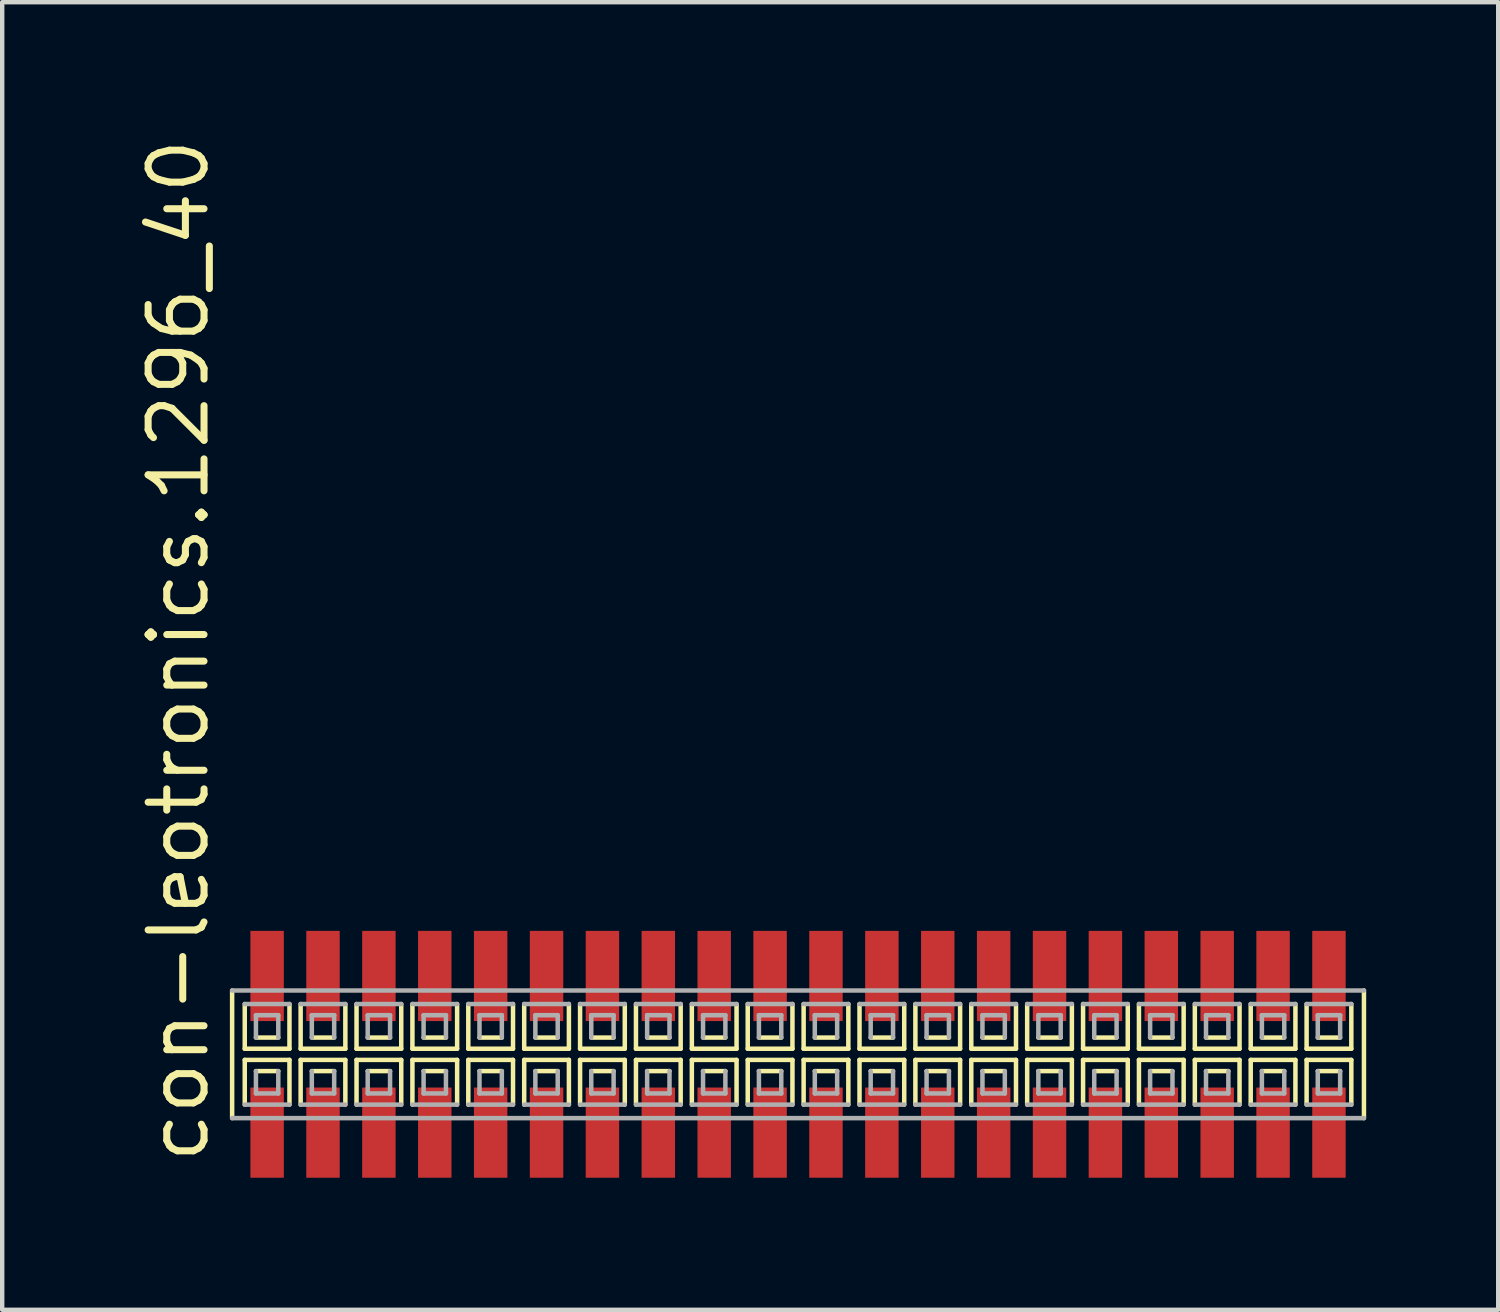
<source format=kicad_pcb>
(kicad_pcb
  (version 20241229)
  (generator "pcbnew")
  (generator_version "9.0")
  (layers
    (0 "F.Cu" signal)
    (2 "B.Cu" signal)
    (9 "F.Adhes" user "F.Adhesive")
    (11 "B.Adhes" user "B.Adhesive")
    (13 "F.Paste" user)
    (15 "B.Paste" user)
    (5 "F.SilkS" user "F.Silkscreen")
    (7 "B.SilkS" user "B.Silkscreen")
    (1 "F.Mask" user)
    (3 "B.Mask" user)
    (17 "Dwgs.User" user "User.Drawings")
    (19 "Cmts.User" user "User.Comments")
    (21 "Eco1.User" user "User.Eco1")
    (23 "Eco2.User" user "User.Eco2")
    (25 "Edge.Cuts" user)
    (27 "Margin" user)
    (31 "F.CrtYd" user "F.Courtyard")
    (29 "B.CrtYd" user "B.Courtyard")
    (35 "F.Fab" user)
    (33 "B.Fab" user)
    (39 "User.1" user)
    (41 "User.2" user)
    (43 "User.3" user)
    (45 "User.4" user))
  (footprint "con-leotronics.1296_40"
    (layer "F.Cu")
    (at 15.085 20.909)
    (property "Reference" "con-leotronics.1296_40" (at -13.335 2.54 90) (layer "F.SilkS") (effects (font (size 1.27 1.27) (thickness 0.16)) (justify left bottom)))
    (attr smd)
    (fp_line (start -12.86 -1.45) (end -12.86 1.45) (stroke (width 0.102) (type default)) (layer "F.SilkS"))
    (fp_line (start -12.573 -1.143) (end -12.573 -0.127) (stroke (width 0.102) (type default)) (layer "F.SilkS"))
    (fp_line (start -12.573 -0.127) (end -11.557 -0.127) (stroke (width 0.102) (type default)) (layer "F.SilkS"))
    (fp_line (start -12.573 0.127) (end -12.573 1.143) (stroke (width 0.102) (type default)) (layer "F.SilkS"))
    (fp_line (start -12.319 -0.381) (end -11.811 -0.381) (stroke (width 0.102) (type default)) (layer "F.SilkS"))
    (fp_line (start -11.811 0.381) (end -12.319 0.381) (stroke (width 0.102) (type default)) (layer "F.SilkS"))
    (fp_line (start -11.557 -0.127) (end -11.557 -1.143) (stroke (width 0.102) (type default)) (layer "F.SilkS"))
    (fp_line (start -11.557 0.127) (end -12.573 0.127) (stroke (width 0.102) (type default)) (layer "F.SilkS"))
    (fp_line (start -11.557 1.143) (end -11.557 0.127) (stroke (width 0.102) (type default)) (layer "F.SilkS"))
    (fp_line (start -11.303 -1.143) (end -11.303 -0.127) (stroke (width 0.102) (type default)) (layer "F.SilkS"))
    (fp_line (start -11.303 -0.127) (end -10.287 -0.127) (stroke (width 0.102) (type default)) (layer "F.SilkS"))
    (fp_line (start -11.303 0.127) (end -11.303 1.143) (stroke (width 0.102) (type default)) (layer "F.SilkS"))
    (fp_line (start -11.049 -0.381) (end -10.541 -0.381) (stroke (width 0.102) (type default)) (layer "F.SilkS"))
    (fp_line (start -10.541 0.381) (end -11.049 0.381) (stroke (width 0.102) (type default)) (layer "F.SilkS"))
    (fp_line (start -10.287 -0.127) (end -10.287 -1.143) (stroke (width 0.102) (type default)) (layer "F.SilkS"))
    (fp_line (start -10.287 0.127) (end -11.303 0.127) (stroke (width 0.102) (type default)) (layer "F.SilkS"))
    (fp_line (start -10.287 1.143) (end -10.287 0.127) (stroke (width 0.102) (type default)) (layer "F.SilkS"))
    (fp_line (start -10.033 -1.143) (end -10.033 -0.127) (stroke (width 0.102) (type default)) (layer "F.SilkS"))
    (fp_line (start -10.033 -0.127) (end -9.017 -0.127) (stroke (width 0.102) (type default)) (layer "F.SilkS"))
    (fp_line (start -10.033 0.127) (end -10.033 1.143) (stroke (width 0.102) (type default)) (layer "F.SilkS"))
    (fp_line (start -9.779 -0.381) (end -9.271 -0.381) (stroke (width 0.102) (type default)) (layer "F.SilkS"))
    (fp_line (start -9.271 0.381) (end -9.779 0.381) (stroke (width 0.102) (type default)) (layer "F.SilkS"))
    (fp_line (start -9.017 -0.127) (end -9.017 -1.143) (stroke (width 0.102) (type default)) (layer "F.SilkS"))
    (fp_line (start -9.017 0.127) (end -10.033 0.127) (stroke (width 0.102) (type default)) (layer "F.SilkS"))
    (fp_line (start -9.017 1.143) (end -9.017 0.127) (stroke (width 0.102) (type default)) (layer "F.SilkS"))
    (fp_line (start -8.763 -1.143) (end -8.763 -0.127) (stroke (width 0.102) (type default)) (layer "F.SilkS"))
    (fp_line (start -8.763 -0.127) (end -7.747 -0.127) (stroke (width 0.102) (type default)) (layer "F.SilkS"))
    (fp_line (start -8.763 0.127) (end -8.763 1.143) (stroke (width 0.102) (type default)) (layer "F.SilkS"))
    (fp_line (start -8.509 -0.381) (end -8.001 -0.381) (stroke (width 0.102) (type default)) (layer "F.SilkS"))
    (fp_line (start -8.001 0.381) (end -8.509 0.381) (stroke (width 0.102) (type default)) (layer "F.SilkS"))
    (fp_line (start -7.747 -0.127) (end -7.747 -1.143) (stroke (width 0.102) (type default)) (layer "F.SilkS"))
    (fp_line (start -7.747 0.127) (end -8.763 0.127) (stroke (width 0.102) (type default)) (layer "F.SilkS"))
    (fp_line (start -7.747 1.143) (end -7.747 0.127) (stroke (width 0.102) (type default)) (layer "F.SilkS"))
    (fp_line (start -7.493 -1.143) (end -7.493 -0.127) (stroke (width 0.102) (type default)) (layer "F.SilkS"))
    (fp_line (start -7.493 -0.127) (end -6.477 -0.127) (stroke (width 0.102) (type default)) (layer "F.SilkS"))
    (fp_line (start -7.493 0.127) (end -7.493 1.143) (stroke (width 0.102) (type default)) (layer "F.SilkS"))
    (fp_line (start -7.239 -0.381) (end -6.731 -0.381) (stroke (width 0.102) (type default)) (layer "F.SilkS"))
    (fp_line (start -6.731 0.381) (end -7.239 0.381) (stroke (width 0.102) (type default)) (layer "F.SilkS"))
    (fp_line (start -6.477 -0.127) (end -6.477 -1.143) (stroke (width 0.102) (type default)) (layer "F.SilkS"))
    (fp_line (start -6.477 0.127) (end -7.493 0.127) (stroke (width 0.102) (type default)) (layer "F.SilkS"))
    (fp_line (start -6.477 1.143) (end -6.477 0.127) (stroke (width 0.102) (type default)) (layer "F.SilkS"))
    (fp_line (start -6.223 -1.143) (end -6.223 -0.127) (stroke (width 0.102) (type default)) (layer "F.SilkS"))
    (fp_line (start -6.223 -0.127) (end -5.207 -0.127) (stroke (width 0.102) (type default)) (layer "F.SilkS"))
    (fp_line (start -6.223 0.127) (end -6.223 1.143) (stroke (width 0.102) (type default)) (layer "F.SilkS"))
    (fp_line (start -5.969 -0.381) (end -5.461 -0.381) (stroke (width 0.102) (type default)) (layer "F.SilkS"))
    (fp_line (start -5.461 0.381) (end -5.969 0.381) (stroke (width 0.102) (type default)) (layer "F.SilkS"))
    (fp_line (start -5.207 -0.127) (end -5.207 -1.143) (stroke (width 0.102) (type default)) (layer "F.SilkS"))
    (fp_line (start -5.207 0.127) (end -6.223 0.127) (stroke (width 0.102) (type default)) (layer "F.SilkS"))
    (fp_line (start -5.207 1.143) (end -5.207 0.127) (stroke (width 0.102) (type default)) (layer "F.SilkS"))
    (fp_line (start -4.953 -1.143) (end -4.953 -0.127) (stroke (width 0.102) (type default)) (layer "F.SilkS"))
    (fp_line (start -4.953 -0.127) (end -3.937 -0.127) (stroke (width 0.102) (type default)) (layer "F.SilkS"))
    (fp_line (start -4.953 0.127) (end -4.953 1.143) (stroke (width 0.102) (type default)) (layer "F.SilkS"))
    (fp_line (start -4.699 -0.381) (end -4.191 -0.381) (stroke (width 0.102) (type default)) (layer "F.SilkS"))
    (fp_line (start -4.191 0.381) (end -4.699 0.381) (stroke (width 0.102) (type default)) (layer "F.SilkS"))
    (fp_line (start -3.937 -0.127) (end -3.937 -1.143) (stroke (width 0.102) (type default)) (layer "F.SilkS"))
    (fp_line (start -3.937 0.127) (end -4.953 0.127) (stroke (width 0.102) (type default)) (layer "F.SilkS"))
    (fp_line (start -3.937 1.143) (end -3.937 0.127) (stroke (width 0.102) (type default)) (layer "F.SilkS"))
    (fp_line (start -3.683 -1.143) (end -3.683 -0.127) (stroke (width 0.102) (type default)) (layer "F.SilkS"))
    (fp_line (start -3.683 -0.127) (end -2.667 -0.127) (stroke (width 0.102) (type default)) (layer "F.SilkS"))
    (fp_line (start -3.683 0.127) (end -3.683 1.143) (stroke (width 0.102) (type default)) (layer "F.SilkS"))
    (fp_line (start -3.429 -0.381) (end -2.921 -0.381) (stroke (width 0.102) (type default)) (layer "F.SilkS"))
    (fp_line (start -2.921 0.381) (end -3.429 0.381) (stroke (width 0.102) (type default)) (layer "F.SilkS"))
    (fp_line (start -2.667 -0.127) (end -2.667 -1.143) (stroke (width 0.102) (type default)) (layer "F.SilkS"))
    (fp_line (start -2.667 0.127) (end -3.683 0.127) (stroke (width 0.102) (type default)) (layer "F.SilkS"))
    (fp_line (start -2.667 1.143) (end -2.667 0.127) (stroke (width 0.102) (type default)) (layer "F.SilkS"))
    (fp_line (start -2.413 -1.143) (end -2.413 -0.127) (stroke (width 0.102) (type default)) (layer "F.SilkS"))
    (fp_line (start -2.413 -0.127) (end -1.397 -0.127) (stroke (width 0.102) (type default)) (layer "F.SilkS"))
    (fp_line (start -2.413 0.127) (end -2.413 1.143) (stroke (width 0.102) (type default)) (layer "F.SilkS"))
    (fp_line (start -2.159 -0.381) (end -1.651 -0.381) (stroke (width 0.102) (type default)) (layer "F.SilkS"))
    (fp_line (start -1.651 0.381) (end -2.159 0.381) (stroke (width 0.102) (type default)) (layer "F.SilkS"))
    (fp_line (start -1.397 -0.127) (end -1.397 -1.143) (stroke (width 0.102) (type default)) (layer "F.SilkS"))
    (fp_line (start -1.397 0.127) (end -2.413 0.127) (stroke (width 0.102) (type default)) (layer "F.SilkS"))
    (fp_line (start -1.397 1.143) (end -1.397 0.127) (stroke (width 0.102) (type default)) (layer "F.SilkS"))
    (fp_line (start -1.143 -1.143) (end -1.143 -0.127) (stroke (width 0.102) (type default)) (layer "F.SilkS"))
    (fp_line (start -1.143 -0.127) (end -0.127 -0.127) (stroke (width 0.102) (type default)) (layer "F.SilkS"))
    (fp_line (start -1.143 0.127) (end -1.143 1.143) (stroke (width 0.102) (type default)) (layer "F.SilkS"))
    (fp_line (start -0.889 -0.381) (end -0.381 -0.381) (stroke (width 0.102) (type default)) (layer "F.SilkS"))
    (fp_line (start -0.381 0.381) (end -0.889 0.381) (stroke (width 0.102) (type default)) (layer "F.SilkS"))
    (fp_line (start -0.127 -0.127) (end -0.127 -1.143) (stroke (width 0.102) (type default)) (layer "F.SilkS"))
    (fp_line (start -0.127 0.127) (end -1.143 0.127) (stroke (width 0.102) (type default)) (layer "F.SilkS"))
    (fp_line (start -0.127 1.143) (end -0.127 0.127) (stroke (width 0.102) (type default)) (layer "F.SilkS"))
    (fp_line (start 0.127 -1.143) (end 0.127 -0.127) (stroke (width 0.102) (type default)) (layer "F.SilkS"))
    (fp_line (start 0.127 -0.127) (end 1.143 -0.127) (stroke (width 0.102) (type default)) (layer "F.SilkS"))
    (fp_line (start 0.127 0.127) (end 0.127 1.143) (stroke (width 0.102) (type default)) (layer "F.SilkS"))
    (fp_line (start 0.381 -0.381) (end 0.889 -0.381) (stroke (width 0.102) (type default)) (layer "F.SilkS"))
    (fp_line (start 0.889 0.381) (end 0.381 0.381) (stroke (width 0.102) (type default)) (layer "F.SilkS"))
    (fp_line (start 1.143 -0.127) (end 1.143 -1.143) (stroke (width 0.102) (type default)) (layer "F.SilkS"))
    (fp_line (start 1.143 0.127) (end 0.127 0.127) (stroke (width 0.102) (type default)) (layer "F.SilkS"))
    (fp_line (start 1.143 1.143) (end 1.143 0.127) (stroke (width 0.102) (type default)) (layer "F.SilkS"))
    (fp_line (start 1.397 -1.143) (end 1.397 -0.127) (stroke (width 0.102) (type default)) (layer "F.SilkS"))
    (fp_line (start 1.397 -0.127) (end 2.413 -0.127) (stroke (width 0.102) (type default)) (layer "F.SilkS"))
    (fp_line (start 1.397 0.127) (end 1.397 1.143) (stroke (width 0.102) (type default)) (layer "F.SilkS"))
    (fp_line (start 1.651 -0.381) (end 2.159 -0.381) (stroke (width 0.102) (type default)) (layer "F.SilkS"))
    (fp_line (start 2.159 0.381) (end 1.651 0.381) (stroke (width 0.102) (type default)) (layer "F.SilkS"))
    (fp_line (start 2.413 -0.127) (end 2.413 -1.143) (stroke (width 0.102) (type default)) (layer "F.SilkS"))
    (fp_line (start 2.413 0.127) (end 1.397 0.127) (stroke (width 0.102) (type default)) (layer "F.SilkS"))
    (fp_line (start 2.413 1.143) (end 2.413 0.127) (stroke (width 0.102) (type default)) (layer "F.SilkS"))
    (fp_line (start 2.667 -1.143) (end 2.667 -0.127) (stroke (width 0.102) (type default)) (layer "F.SilkS"))
    (fp_line (start 2.667 -0.127) (end 3.683 -0.127) (stroke (width 0.102) (type default)) (layer "F.SilkS"))
    (fp_line (start 2.667 0.127) (end 2.667 1.143) (stroke (width 0.102) (type default)) (layer "F.SilkS"))
    (fp_line (start 2.921 -0.381) (end 3.429 -0.381) (stroke (width 0.102) (type default)) (layer "F.SilkS"))
    (fp_line (start 3.429 0.381) (end 2.921 0.381) (stroke (width 0.102) (type default)) (layer "F.SilkS"))
    (fp_line (start 3.683 -0.127) (end 3.683 -1.143) (stroke (width 0.102) (type default)) (layer "F.SilkS"))
    (fp_line (start 3.683 0.127) (end 2.667 0.127) (stroke (width 0.102) (type default)) (layer "F.SilkS"))
    (fp_line (start 3.683 1.143) (end 3.683 0.127) (stroke (width 0.102) (type default)) (layer "F.SilkS"))
    (fp_line (start 3.937 -1.143) (end 3.937 -0.127) (stroke (width 0.102) (type default)) (layer "F.SilkS"))
    (fp_line (start 3.937 -0.127) (end 4.953 -0.127) (stroke (width 0.102) (type default)) (layer "F.SilkS"))
    (fp_line (start 3.937 0.127) (end 3.937 1.143) (stroke (width 0.102) (type default)) (layer "F.SilkS"))
    (fp_line (start 4.191 -0.381) (end 4.699 -0.381) (stroke (width 0.102) (type default)) (layer "F.SilkS"))
    (fp_line (start 4.699 0.381) (end 4.191 0.381) (stroke (width 0.102) (type default)) (layer "F.SilkS"))
    (fp_line (start 4.953 -0.127) (end 4.953 -1.143) (stroke (width 0.102) (type default)) (layer "F.SilkS"))
    (fp_line (start 4.953 0.127) (end 3.937 0.127) (stroke (width 0.102) (type default)) (layer "F.SilkS"))
    (fp_line (start 4.953 1.143) (end 4.953 0.127) (stroke (width 0.102) (type default)) (layer "F.SilkS"))
    (fp_line (start 5.207 -1.143) (end 5.207 -0.127) (stroke (width 0.102) (type default)) (layer "F.SilkS"))
    (fp_line (start 5.207 -0.127) (end 6.223 -0.127) (stroke (width 0.102) (type default)) (layer "F.SilkS"))
    (fp_line (start 5.207 0.127) (end 5.207 1.143) (stroke (width 0.102) (type default)) (layer "F.SilkS"))
    (fp_line (start 5.461 -0.381) (end 5.969 -0.381) (stroke (width 0.102) (type default)) (layer "F.SilkS"))
    (fp_line (start 5.969 0.381) (end 5.461 0.381) (stroke (width 0.102) (type default)) (layer "F.SilkS"))
    (fp_line (start 6.223 -0.127) (end 6.223 -1.143) (stroke (width 0.102) (type default)) (layer "F.SilkS"))
    (fp_line (start 6.223 0.127) (end 5.207 0.127) (stroke (width 0.102) (type default)) (layer "F.SilkS"))
    (fp_line (start 6.223 1.143) (end 6.223 0.127) (stroke (width 0.102) (type default)) (layer "F.SilkS"))
    (fp_line (start 6.477 -1.143) (end 6.477 -0.127) (stroke (width 0.102) (type default)) (layer "F.SilkS"))
    (fp_line (start 6.477 -0.127) (end 7.493 -0.127) (stroke (width 0.102) (type default)) (layer "F.SilkS"))
    (fp_line (start 6.477 0.127) (end 6.477 1.143) (stroke (width 0.102) (type default)) (layer "F.SilkS"))
    (fp_line (start 6.731 -0.381) (end 7.239 -0.381) (stroke (width 0.102) (type default)) (layer "F.SilkS"))
    (fp_line (start 7.239 0.381) (end 6.731 0.381) (stroke (width 0.102) (type default)) (layer "F.SilkS"))
    (fp_line (start 7.493 -0.127) (end 7.493 -1.143) (stroke (width 0.102) (type default)) (layer "F.SilkS"))
    (fp_line (start 7.493 0.127) (end 6.477 0.127) (stroke (width 0.102) (type default)) (layer "F.SilkS"))
    (fp_line (start 7.493 1.143) (end 7.493 0.127) (stroke (width 0.102) (type default)) (layer "F.SilkS"))
    (fp_line (start 7.747 -1.143) (end 7.747 -0.127) (stroke (width 0.102) (type default)) (layer "F.SilkS"))
    (fp_line (start 7.747 -0.127) (end 8.763 -0.127) (stroke (width 0.102) (type default)) (layer "F.SilkS"))
    (fp_line (start 7.747 0.127) (end 7.747 1.143) (stroke (width 0.102) (type default)) (layer "F.SilkS"))
    (fp_line (start 8.001 -0.381) (end 8.509 -0.381) (stroke (width 0.102) (type default)) (layer "F.SilkS"))
    (fp_line (start 8.509 0.381) (end 8.001 0.381) (stroke (width 0.102) (type default)) (layer "F.SilkS"))
    (fp_line (start 8.763 -0.127) (end 8.763 -1.143) (stroke (width 0.102) (type default)) (layer "F.SilkS"))
    (fp_line (start 8.763 0.127) (end 7.747 0.127) (stroke (width 0.102) (type default)) (layer "F.SilkS"))
    (fp_line (start 8.763 1.143) (end 8.763 0.127) (stroke (width 0.102) (type default)) (layer "F.SilkS"))
    (fp_line (start 9.017 -1.143) (end 9.017 -0.127) (stroke (width 0.102) (type default)) (layer "F.SilkS"))
    (fp_line (start 9.017 -0.127) (end 10.033 -0.127) (stroke (width 0.102) (type default)) (layer "F.SilkS"))
    (fp_line (start 9.017 0.127) (end 9.017 1.143) (stroke (width 0.102) (type default)) (layer "F.SilkS"))
    (fp_line (start 9.271 -0.381) (end 9.779 -0.381) (stroke (width 0.102) (type default)) (layer "F.SilkS"))
    (fp_line (start 9.779 0.381) (end 9.271 0.381) (stroke (width 0.102) (type default)) (layer "F.SilkS"))
    (fp_line (start 10.033 -0.127) (end 10.033 -1.143) (stroke (width 0.102) (type default)) (layer "F.SilkS"))
    (fp_line (start 10.033 0.127) (end 9.017 0.127) (stroke (width 0.102) (type default)) (layer "F.SilkS"))
    (fp_line (start 10.033 1.143) (end 10.033 0.127) (stroke (width 0.102) (type default)) (layer "F.SilkS"))
    (fp_line (start 10.287 -1.143) (end 10.287 -0.127) (stroke (width 0.102) (type default)) (layer "F.SilkS"))
    (fp_line (start 10.287 -0.127) (end 11.303 -0.127) (stroke (width 0.102) (type default)) (layer "F.SilkS"))
    (fp_line (start 10.287 0.127) (end 10.287 1.143) (stroke (width 0.102) (type default)) (layer "F.SilkS"))
    (fp_line (start 10.541 -0.381) (end 11.049 -0.381) (stroke (width 0.102) (type default)) (layer "F.SilkS"))
    (fp_line (start 11.049 0.381) (end 10.541 0.381) (stroke (width 0.102) (type default)) (layer "F.SilkS"))
    (fp_line (start 11.303 -0.127) (end 11.303 -1.143) (stroke (width 0.102) (type default)) (layer "F.SilkS"))
    (fp_line (start 11.303 0.127) (end 10.287 0.127) (stroke (width 0.102) (type default)) (layer "F.SilkS"))
    (fp_line (start 11.303 1.143) (end 11.303 0.127) (stroke (width 0.102) (type default)) (layer "F.SilkS"))
    (fp_line (start 11.557 -1.143) (end 11.557 -0.127) (stroke (width 0.102) (type default)) (layer "F.SilkS"))
    (fp_line (start 11.557 -0.127) (end 12.573 -0.127) (stroke (width 0.102) (type default)) (layer "F.SilkS"))
    (fp_line (start 11.557 0.127) (end 11.557 1.143) (stroke (width 0.102) (type default)) (layer "F.SilkS"))
    (fp_line (start 11.811 -0.381) (end 12.319 -0.381) (stroke (width 0.102) (type default)) (layer "F.SilkS"))
    (fp_line (start 12.319 0.381) (end 11.811 0.381) (stroke (width 0.102) (type default)) (layer "F.SilkS"))
    (fp_line (start 12.573 -0.127) (end 12.573 -1.143) (stroke (width 0.102) (type default)) (layer "F.SilkS"))
    (fp_line (start 12.573 0.127) (end 11.557 0.127) (stroke (width 0.102) (type default)) (layer "F.SilkS"))
    (fp_line (start 12.573 1.143) (end 12.573 0.127) (stroke (width 0.102) (type default)) (layer "F.SilkS"))
    (fp_line (start 12.86 1.45) (end 12.86 -1.45) (stroke (width 0.102) (type default)) (layer "F.SilkS"))
    (fp_line (start -12.86 1.45) (end 12.86 1.45) (stroke (width 0.102) (type default)) (layer "F.Fab"))
    (fp_line (start -12.573 1.143) (end -11.557 1.143) (stroke (width 0.102) (type default)) (layer "F.Fab"))
    (fp_line (start -12.319 -0.889) (end -12.319 -0.381) (stroke (width 0.102) (type default)) (layer "F.Fab"))
    (fp_line (start -12.319 0.381) (end -12.319 0.889) (stroke (width 0.102) (type default)) (layer "F.Fab"))
    (fp_line (start -12.319 0.889) (end -11.811 0.889) (stroke (width 0.102) (type default)) (layer "F.Fab"))
    (fp_line (start -11.811 -0.889) (end -12.319 -0.889) (stroke (width 0.102) (type default)) (layer "F.Fab"))
    (fp_line (start -11.811 -0.381) (end -11.811 -0.889) (stroke (width 0.102) (type default)) (layer "F.Fab"))
    (fp_line (start -11.811 0.889) (end -11.811 0.381) (stroke (width 0.102) (type default)) (layer "F.Fab"))
    (fp_line (start -11.557 -1.143) (end -12.573 -1.143) (stroke (width 0.102) (type default)) (layer "F.Fab"))
    (fp_line (start -11.303 1.143) (end -10.287 1.143) (stroke (width 0.102) (type default)) (layer "F.Fab"))
    (fp_line (start -11.049 -0.889) (end -11.049 -0.381) (stroke (width 0.102) (type default)) (layer "F.Fab"))
    (fp_line (start -11.049 0.381) (end -11.049 0.889) (stroke (width 0.102) (type default)) (layer "F.Fab"))
    (fp_line (start -11.049 0.889) (end -10.541 0.889) (stroke (width 0.102) (type default)) (layer "F.Fab"))
    (fp_line (start -10.541 -0.889) (end -11.049 -0.889) (stroke (width 0.102) (type default)) (layer "F.Fab"))
    (fp_line (start -10.541 -0.381) (end -10.541 -0.889) (stroke (width 0.102) (type default)) (layer "F.Fab"))
    (fp_line (start -10.541 0.889) (end -10.541 0.381) (stroke (width 0.102) (type default)) (layer "F.Fab"))
    (fp_line (start -10.287 -1.143) (end -11.303 -1.143) (stroke (width 0.102) (type default)) (layer "F.Fab"))
    (fp_line (start -10.033 1.143) (end -9.017 1.143) (stroke (width 0.102) (type default)) (layer "F.Fab"))
    (fp_line (start -9.779 -0.889) (end -9.779 -0.381) (stroke (width 0.102) (type default)) (layer "F.Fab"))
    (fp_line (start -9.779 0.381) (end -9.779 0.889) (stroke (width 0.102) (type default)) (layer "F.Fab"))
    (fp_line (start -9.779 0.889) (end -9.271 0.889) (stroke (width 0.102) (type default)) (layer "F.Fab"))
    (fp_line (start -9.271 -0.889) (end -9.779 -0.889) (stroke (width 0.102) (type default)) (layer "F.Fab"))
    (fp_line (start -9.271 -0.381) (end -9.271 -0.889) (stroke (width 0.102) (type default)) (layer "F.Fab"))
    (fp_line (start -9.271 0.889) (end -9.271 0.381) (stroke (width 0.102) (type default)) (layer "F.Fab"))
    (fp_line (start -9.017 -1.143) (end -10.033 -1.143) (stroke (width 0.102) (type default)) (layer "F.Fab"))
    (fp_line (start -8.763 1.143) (end -7.747 1.143) (stroke (width 0.102) (type default)) (layer "F.Fab"))
    (fp_line (start -8.509 -0.889) (end -8.509 -0.381) (stroke (width 0.102) (type default)) (layer "F.Fab"))
    (fp_line (start -8.509 0.381) (end -8.509 0.889) (stroke (width 0.102) (type default)) (layer "F.Fab"))
    (fp_line (start -8.509 0.889) (end -8.001 0.889) (stroke (width 0.102) (type default)) (layer "F.Fab"))
    (fp_line (start -8.001 -0.889) (end -8.509 -0.889) (stroke (width 0.102) (type default)) (layer "F.Fab"))
    (fp_line (start -8.001 -0.381) (end -8.001 -0.889) (stroke (width 0.102) (type default)) (layer "F.Fab"))
    (fp_line (start -8.001 0.889) (end -8.001 0.381) (stroke (width 0.102) (type default)) (layer "F.Fab"))
    (fp_line (start -7.747 -1.143) (end -8.763 -1.143) (stroke (width 0.102) (type default)) (layer "F.Fab"))
    (fp_line (start -7.493 1.143) (end -6.477 1.143) (stroke (width 0.102) (type default)) (layer "F.Fab"))
    (fp_line (start -7.239 -0.889) (end -7.239 -0.381) (stroke (width 0.102) (type default)) (layer "F.Fab"))
    (fp_line (start -7.239 0.381) (end -7.239 0.889) (stroke (width 0.102) (type default)) (layer "F.Fab"))
    (fp_line (start -7.239 0.889) (end -6.731 0.889) (stroke (width 0.102) (type default)) (layer "F.Fab"))
    (fp_line (start -6.731 -0.889) (end -7.239 -0.889) (stroke (width 0.102) (type default)) (layer "F.Fab"))
    (fp_line (start -6.731 -0.381) (end -6.731 -0.889) (stroke (width 0.102) (type default)) (layer "F.Fab"))
    (fp_line (start -6.731 0.889) (end -6.731 0.381) (stroke (width 0.102) (type default)) (layer "F.Fab"))
    (fp_line (start -6.477 -1.143) (end -7.493 -1.143) (stroke (width 0.102) (type default)) (layer "F.Fab"))
    (fp_line (start -6.223 1.143) (end -5.207 1.143) (stroke (width 0.102) (type default)) (layer "F.Fab"))
    (fp_line (start -5.969 -0.889) (end -5.969 -0.381) (stroke (width 0.102) (type default)) (layer "F.Fab"))
    (fp_line (start -5.969 0.381) (end -5.969 0.889) (stroke (width 0.102) (type default)) (layer "F.Fab"))
    (fp_line (start -5.969 0.889) (end -5.461 0.889) (stroke (width 0.102) (type default)) (layer "F.Fab"))
    (fp_line (start -5.461 -0.889) (end -5.969 -0.889) (stroke (width 0.102) (type default)) (layer "F.Fab"))
    (fp_line (start -5.461 -0.381) (end -5.461 -0.889) (stroke (width 0.102) (type default)) (layer "F.Fab"))
    (fp_line (start -5.461 0.889) (end -5.461 0.381) (stroke (width 0.102) (type default)) (layer "F.Fab"))
    (fp_line (start -5.207 -1.143) (end -6.223 -1.143) (stroke (width 0.102) (type default)) (layer "F.Fab"))
    (fp_line (start -4.953 1.143) (end -3.937 1.143) (stroke (width 0.102) (type default)) (layer "F.Fab"))
    (fp_line (start -4.699 -0.889) (end -4.699 -0.381) (stroke (width 0.102) (type default)) (layer "F.Fab"))
    (fp_line (start -4.699 0.381) (end -4.699 0.889) (stroke (width 0.102) (type default)) (layer "F.Fab"))
    (fp_line (start -4.699 0.889) (end -4.191 0.889) (stroke (width 0.102) (type default)) (layer "F.Fab"))
    (fp_line (start -4.191 -0.889) (end -4.699 -0.889) (stroke (width 0.102) (type default)) (layer "F.Fab"))
    (fp_line (start -4.191 -0.381) (end -4.191 -0.889) (stroke (width 0.102) (type default)) (layer "F.Fab"))
    (fp_line (start -4.191 0.889) (end -4.191 0.381) (stroke (width 0.102) (type default)) (layer "F.Fab"))
    (fp_line (start -3.937 -1.143) (end -4.953 -1.143) (stroke (width 0.102) (type default)) (layer "F.Fab"))
    (fp_line (start -3.683 1.143) (end -2.667 1.143) (stroke (width 0.102) (type default)) (layer "F.Fab"))
    (fp_line (start -3.429 -0.889) (end -3.429 -0.381) (stroke (width 0.102) (type default)) (layer "F.Fab"))
    (fp_line (start -3.429 0.381) (end -3.429 0.889) (stroke (width 0.102) (type default)) (layer "F.Fab"))
    (fp_line (start -3.429 0.889) (end -2.921 0.889) (stroke (width 0.102) (type default)) (layer "F.Fab"))
    (fp_line (start -2.921 -0.889) (end -3.429 -0.889) (stroke (width 0.102) (type default)) (layer "F.Fab"))
    (fp_line (start -2.921 -0.381) (end -2.921 -0.889) (stroke (width 0.102) (type default)) (layer "F.Fab"))
    (fp_line (start -2.921 0.889) (end -2.921 0.381) (stroke (width 0.102) (type default)) (layer "F.Fab"))
    (fp_line (start -2.667 -1.143) (end -3.683 -1.143) (stroke (width 0.102) (type default)) (layer "F.Fab"))
    (fp_line (start -2.413 1.143) (end -1.397 1.143) (stroke (width 0.102) (type default)) (layer "F.Fab"))
    (fp_line (start -2.159 -0.889) (end -2.159 -0.381) (stroke (width 0.102) (type default)) (layer "F.Fab"))
    (fp_line (start -2.159 0.381) (end -2.159 0.889) (stroke (width 0.102) (type default)) (layer "F.Fab"))
    (fp_line (start -2.159 0.889) (end -1.651 0.889) (stroke (width 0.102) (type default)) (layer "F.Fab"))
    (fp_line (start -1.651 -0.889) (end -2.159 -0.889) (stroke (width 0.102) (type default)) (layer "F.Fab"))
    (fp_line (start -1.651 -0.381) (end -1.651 -0.889) (stroke (width 0.102) (type default)) (layer "F.Fab"))
    (fp_line (start -1.651 0.889) (end -1.651 0.381) (stroke (width 0.102) (type default)) (layer "F.Fab"))
    (fp_line (start -1.397 -1.143) (end -2.413 -1.143) (stroke (width 0.102) (type default)) (layer "F.Fab"))
    (fp_line (start -1.143 1.143) (end -0.127 1.143) (stroke (width 0.102) (type default)) (layer "F.Fab"))
    (fp_line (start -0.889 -0.889) (end -0.889 -0.381) (stroke (width 0.102) (type default)) (layer "F.Fab"))
    (fp_line (start -0.889 0.381) (end -0.889 0.889) (stroke (width 0.102) (type default)) (layer "F.Fab"))
    (fp_line (start -0.889 0.889) (end -0.381 0.889) (stroke (width 0.102) (type default)) (layer "F.Fab"))
    (fp_line (start -0.381 -0.889) (end -0.889 -0.889) (stroke (width 0.102) (type default)) (layer "F.Fab"))
    (fp_line (start -0.381 -0.381) (end -0.381 -0.889) (stroke (width 0.102) (type default)) (layer "F.Fab"))
    (fp_line (start -0.381 0.889) (end -0.381 0.381) (stroke (width 0.102) (type default)) (layer "F.Fab"))
    (fp_line (start -0.127 -1.143) (end -1.143 -1.143) (stroke (width 0.102) (type default)) (layer "F.Fab"))
    (fp_line (start 0.127 1.143) (end 1.143 1.143) (stroke (width 0.102) (type default)) (layer "F.Fab"))
    (fp_line (start 0.381 -0.889) (end 0.381 -0.381) (stroke (width 0.102) (type default)) (layer "F.Fab"))
    (fp_line (start 0.381 0.381) (end 0.381 0.889) (stroke (width 0.102) (type default)) (layer "F.Fab"))
    (fp_line (start 0.381 0.889) (end 0.889 0.889) (stroke (width 0.102) (type default)) (layer "F.Fab"))
    (fp_line (start 0.889 -0.889) (end 0.381 -0.889) (stroke (width 0.102) (type default)) (layer "F.Fab"))
    (fp_line (start 0.889 -0.381) (end 0.889 -0.889) (stroke (width 0.102) (type default)) (layer "F.Fab"))
    (fp_line (start 0.889 0.889) (end 0.889 0.381) (stroke (width 0.102) (type default)) (layer "F.Fab"))
    (fp_line (start 1.143 -1.143) (end 0.127 -1.143) (stroke (width 0.102) (type default)) (layer "F.Fab"))
    (fp_line (start 1.397 1.143) (end 2.413 1.143) (stroke (width 0.102) (type default)) (layer "F.Fab"))
    (fp_line (start 1.651 -0.889) (end 1.651 -0.381) (stroke (width 0.102) (type default)) (layer "F.Fab"))
    (fp_line (start 1.651 0.381) (end 1.651 0.889) (stroke (width 0.102) (type default)) (layer "F.Fab"))
    (fp_line (start 1.651 0.889) (end 2.159 0.889) (stroke (width 0.102) (type default)) (layer "F.Fab"))
    (fp_line (start 2.159 -0.889) (end 1.651 -0.889) (stroke (width 0.102) (type default)) (layer "F.Fab"))
    (fp_line (start 2.159 -0.381) (end 2.159 -0.889) (stroke (width 0.102) (type default)) (layer "F.Fab"))
    (fp_line (start 2.159 0.889) (end 2.159 0.381) (stroke (width 0.102) (type default)) (layer "F.Fab"))
    (fp_line (start 2.413 -1.143) (end 1.397 -1.143) (stroke (width 0.102) (type default)) (layer "F.Fab"))
    (fp_line (start 2.667 1.143) (end 3.683 1.143) (stroke (width 0.102) (type default)) (layer "F.Fab"))
    (fp_line (start 2.921 -0.889) (end 2.921 -0.381) (stroke (width 0.102) (type default)) (layer "F.Fab"))
    (fp_line (start 2.921 0.381) (end 2.921 0.889) (stroke (width 0.102) (type default)) (layer "F.Fab"))
    (fp_line (start 2.921 0.889) (end 3.429 0.889) (stroke (width 0.102) (type default)) (layer "F.Fab"))
    (fp_line (start 3.429 -0.889) (end 2.921 -0.889) (stroke (width 0.102) (type default)) (layer "F.Fab"))
    (fp_line (start 3.429 -0.381) (end 3.429 -0.889) (stroke (width 0.102) (type default)) (layer "F.Fab"))
    (fp_line (start 3.429 0.889) (end 3.429 0.381) (stroke (width 0.102) (type default)) (layer "F.Fab"))
    (fp_line (start 3.683 -1.143) (end 2.667 -1.143) (stroke (width 0.102) (type default)) (layer "F.Fab"))
    (fp_line (start 3.937 1.143) (end 4.953 1.143) (stroke (width 0.102) (type default)) (layer "F.Fab"))
    (fp_line (start 4.191 -0.889) (end 4.191 -0.381) (stroke (width 0.102) (type default)) (layer "F.Fab"))
    (fp_line (start 4.191 0.381) (end 4.191 0.889) (stroke (width 0.102) (type default)) (layer "F.Fab"))
    (fp_line (start 4.191 0.889) (end 4.699 0.889) (stroke (width 0.102) (type default)) (layer "F.Fab"))
    (fp_line (start 4.699 -0.889) (end 4.191 -0.889) (stroke (width 0.102) (type default)) (layer "F.Fab"))
    (fp_line (start 4.699 -0.381) (end 4.699 -0.889) (stroke (width 0.102) (type default)) (layer "F.Fab"))
    (fp_line (start 4.699 0.889) (end 4.699 0.381) (stroke (width 0.102) (type default)) (layer "F.Fab"))
    (fp_line (start 4.953 -1.143) (end 3.937 -1.143) (stroke (width 0.102) (type default)) (layer "F.Fab"))
    (fp_line (start 5.207 1.143) (end 6.223 1.143) (stroke (width 0.102) (type default)) (layer "F.Fab"))
    (fp_line (start 5.461 -0.889) (end 5.461 -0.381) (stroke (width 0.102) (type default)) (layer "F.Fab"))
    (fp_line (start 5.461 0.381) (end 5.461 0.889) (stroke (width 0.102) (type default)) (layer "F.Fab"))
    (fp_line (start 5.461 0.889) (end 5.969 0.889) (stroke (width 0.102) (type default)) (layer "F.Fab"))
    (fp_line (start 5.969 -0.889) (end 5.461 -0.889) (stroke (width 0.102) (type default)) (layer "F.Fab"))
    (fp_line (start 5.969 -0.381) (end 5.969 -0.889) (stroke (width 0.102) (type default)) (layer "F.Fab"))
    (fp_line (start 5.969 0.889) (end 5.969 0.381) (stroke (width 0.102) (type default)) (layer "F.Fab"))
    (fp_line (start 6.223 -1.143) (end 5.207 -1.143) (stroke (width 0.102) (type default)) (layer "F.Fab"))
    (fp_line (start 6.477 1.143) (end 7.493 1.143) (stroke (width 0.102) (type default)) (layer "F.Fab"))
    (fp_line (start 6.731 -0.889) (end 6.731 -0.381) (stroke (width 0.102) (type default)) (layer "F.Fab"))
    (fp_line (start 6.731 0.381) (end 6.731 0.889) (stroke (width 0.102) (type default)) (layer "F.Fab"))
    (fp_line (start 6.731 0.889) (end 7.239 0.889) (stroke (width 0.102) (type default)) (layer "F.Fab"))
    (fp_line (start 7.239 -0.889) (end 6.731 -0.889) (stroke (width 0.102) (type default)) (layer "F.Fab"))
    (fp_line (start 7.239 -0.381) (end 7.239 -0.889) (stroke (width 0.102) (type default)) (layer "F.Fab"))
    (fp_line (start 7.239 0.889) (end 7.239 0.381) (stroke (width 0.102) (type default)) (layer "F.Fab"))
    (fp_line (start 7.493 -1.143) (end 6.477 -1.143) (stroke (width 0.102) (type default)) (layer "F.Fab"))
    (fp_line (start 7.747 1.143) (end 8.763 1.143) (stroke (width 0.102) (type default)) (layer "F.Fab"))
    (fp_line (start 8.001 -0.889) (end 8.001 -0.381) (stroke (width 0.102) (type default)) (layer "F.Fab"))
    (fp_line (start 8.001 0.381) (end 8.001 0.889) (stroke (width 0.102) (type default)) (layer "F.Fab"))
    (fp_line (start 8.001 0.889) (end 8.509 0.889) (stroke (width 0.102) (type default)) (layer "F.Fab"))
    (fp_line (start 8.509 -0.889) (end 8.001 -0.889) (stroke (width 0.102) (type default)) (layer "F.Fab"))
    (fp_line (start 8.509 -0.381) (end 8.509 -0.889) (stroke (width 0.102) (type default)) (layer "F.Fab"))
    (fp_line (start 8.509 0.889) (end 8.509 0.381) (stroke (width 0.102) (type default)) (layer "F.Fab"))
    (fp_line (start 8.763 -1.143) (end 7.747 -1.143) (stroke (width 0.102) (type default)) (layer "F.Fab"))
    (fp_line (start 9.017 1.143) (end 10.033 1.143) (stroke (width 0.102) (type default)) (layer "F.Fab"))
    (fp_line (start 9.271 -0.889) (end 9.271 -0.381) (stroke (width 0.102) (type default)) (layer "F.Fab"))
    (fp_line (start 9.271 0.381) (end 9.271 0.889) (stroke (width 0.102) (type default)) (layer "F.Fab"))
    (fp_line (start 9.271 0.889) (end 9.779 0.889) (stroke (width 0.102) (type default)) (layer "F.Fab"))
    (fp_line (start 9.779 -0.889) (end 9.271 -0.889) (stroke (width 0.102) (type default)) (layer "F.Fab"))
    (fp_line (start 9.779 -0.381) (end 9.779 -0.889) (stroke (width 0.102) (type default)) (layer "F.Fab"))
    (fp_line (start 9.779 0.889) (end 9.779 0.381) (stroke (width 0.102) (type default)) (layer "F.Fab"))
    (fp_line (start 10.033 -1.143) (end 9.017 -1.143) (stroke (width 0.102) (type default)) (layer "F.Fab"))
    (fp_line (start 10.287 1.143) (end 11.303 1.143) (stroke (width 0.102) (type default)) (layer "F.Fab"))
    (fp_line (start 10.541 -0.889) (end 10.541 -0.381) (stroke (width 0.102) (type default)) (layer "F.Fab"))
    (fp_line (start 10.541 0.381) (end 10.541 0.889) (stroke (width 0.102) (type default)) (layer "F.Fab"))
    (fp_line (start 10.541 0.889) (end 11.049 0.889) (stroke (width 0.102) (type default)) (layer "F.Fab"))
    (fp_line (start 11.049 -0.889) (end 10.541 -0.889) (stroke (width 0.102) (type default)) (layer "F.Fab"))
    (fp_line (start 11.049 -0.381) (end 11.049 -0.889) (stroke (width 0.102) (type default)) (layer "F.Fab"))
    (fp_line (start 11.049 0.889) (end 11.049 0.381) (stroke (width 0.102) (type default)) (layer "F.Fab"))
    (fp_line (start 11.303 -1.143) (end 10.287 -1.143) (stroke (width 0.102) (type default)) (layer "F.Fab"))
    (fp_line (start 11.557 1.143) (end 12.573 1.143) (stroke (width 0.102) (type default)) (layer "F.Fab"))
    (fp_line (start 11.811 -0.889) (end 11.811 -0.381) (stroke (width 0.102) (type default)) (layer "F.Fab"))
    (fp_line (start 11.811 0.381) (end 11.811 0.889) (stroke (width 0.102) (type default)) (layer "F.Fab"))
    (fp_line (start 11.811 0.889) (end 12.319 0.889) (stroke (width 0.102) (type default)) (layer "F.Fab"))
    (fp_line (start 12.319 -0.889) (end 11.811 -0.889) (stroke (width 0.102) (type default)) (layer "F.Fab"))
    (fp_line (start 12.319 -0.381) (end 12.319 -0.889) (stroke (width 0.102) (type default)) (layer "F.Fab"))
    (fp_line (start 12.319 0.889) (end 12.319 0.381) (stroke (width 0.102) (type default)) (layer "F.Fab"))
    (fp_line (start 12.573 -1.143) (end 11.557 -1.143) (stroke (width 0.102) (type default)) (layer "F.Fab"))
    (fp_line (start 12.86 -1.45) (end -12.86 -1.45) (stroke (width 0.102) (type default)) (layer "F.Fab"))
    (pad "1" smd roundrect (at -12.065 1.78) (size 0.76 2.05) (layers "F.Cu" "F.Mask" "F.Paste") (roundrect_rratio 0.01))
    (pad "2" smd roundrect (at -12.065 -1.78) (size 0.76 2.05) (layers "F.Cu" "F.Mask" "F.Paste") (roundrect_rratio 0.01))
    (pad "3" smd roundrect (at -10.795 1.78) (size 0.76 2.05) (layers "F.Cu" "F.Mask" "F.Paste") (roundrect_rratio 0.01))
    (pad "4" smd roundrect (at -10.795 -1.78) (size 0.76 2.05) (layers "F.Cu" "F.Mask" "F.Paste") (roundrect_rratio 0.01))
    (pad "5" smd roundrect (at -9.525 1.78) (size 0.76 2.05) (layers "F.Cu" "F.Mask" "F.Paste") (roundrect_rratio 0.01))
    (pad "6" smd roundrect (at -9.525 -1.78) (size 0.76 2.05) (layers "F.Cu" "F.Mask" "F.Paste") (roundrect_rratio 0.01))
    (pad "7" smd roundrect (at -8.255 1.78) (size 0.76 2.05) (layers "F.Cu" "F.Mask" "F.Paste") (roundrect_rratio 0.01))
    (pad "8" smd roundrect (at -8.255 -1.78) (size 0.76 2.05) (layers "F.Cu" "F.Mask" "F.Paste") (roundrect_rratio 0.01))
    (pad "9" smd roundrect (at -6.985 1.78) (size 0.76 2.05) (layers "F.Cu" "F.Mask" "F.Paste") (roundrect_rratio 0.01))
    (pad "10" smd roundrect (at -6.985 -1.78) (size 0.76 2.05) (layers "F.Cu" "F.Mask" "F.Paste") (roundrect_rratio 0.01))
    (pad "11" smd roundrect (at -5.715 1.78) (size 0.76 2.05) (layers "F.Cu" "F.Mask" "F.Paste") (roundrect_rratio 0.01))
    (pad "12" smd roundrect (at -5.715 -1.78) (size 0.76 2.05) (layers "F.Cu" "F.Mask" "F.Paste") (roundrect_rratio 0.01))
    (pad "13" smd roundrect (at -4.445 1.78) (size 0.76 2.05) (layers "F.Cu" "F.Mask" "F.Paste") (roundrect_rratio 0.01))
    (pad "14" smd roundrect (at -4.445 -1.78) (size 0.76 2.05) (layers "F.Cu" "F.Mask" "F.Paste") (roundrect_rratio 0.01))
    (pad "15" smd roundrect (at -3.175 1.78) (size 0.76 2.05) (layers "F.Cu" "F.Mask" "F.Paste") (roundrect_rratio 0.01))
    (pad "16" smd roundrect (at -3.175 -1.78) (size 0.76 2.05) (layers "F.Cu" "F.Mask" "F.Paste") (roundrect_rratio 0.01))
    (pad "17" smd roundrect (at -1.905 1.78) (size 0.76 2.05) (layers "F.Cu" "F.Mask" "F.Paste") (roundrect_rratio 0.01))
    (pad "18" smd roundrect (at -1.905 -1.78) (size 0.76 2.05) (layers "F.Cu" "F.Mask" "F.Paste") (roundrect_rratio 0.01))
    (pad "19" smd roundrect (at -0.635 1.78) (size 0.76 2.05) (layers "F.Cu" "F.Mask" "F.Paste") (roundrect_rratio 0.01))
    (pad "20" smd roundrect (at -0.635 -1.78) (size 0.76 2.05) (layers "F.Cu" "F.Mask" "F.Paste") (roundrect_rratio 0.01))
    (pad "21" smd roundrect (at 0.635 1.78) (size 0.76 2.05) (layers "F.Cu" "F.Mask" "F.Paste") (roundrect_rratio 0.01))
    (pad "22" smd roundrect (at 0.635 -1.78) (size 0.76 2.05) (layers "F.Cu" "F.Mask" "F.Paste") (roundrect_rratio 0.01))
    (pad "23" smd roundrect (at 1.905 1.78) (size 0.76 2.05) (layers "F.Cu" "F.Mask" "F.Paste") (roundrect_rratio 0.01))
    (pad "24" smd roundrect (at 1.905 -1.78) (size 0.76 2.05) (layers "F.Cu" "F.Mask" "F.Paste") (roundrect_rratio 0.01))
    (pad "25" smd roundrect (at 3.175 1.78) (size 0.76 2.05) (layers "F.Cu" "F.Mask" "F.Paste") (roundrect_rratio 0.01))
    (pad "26" smd roundrect (at 3.175 -1.78) (size 0.76 2.05) (layers "F.Cu" "F.Mask" "F.Paste") (roundrect_rratio 0.01))
    (pad "27" smd roundrect (at 4.445 1.78) (size 0.76 2.05) (layers "F.Cu" "F.Mask" "F.Paste") (roundrect_rratio 0.01))
    (pad "28" smd roundrect (at 4.445 -1.78) (size 0.76 2.05) (layers "F.Cu" "F.Mask" "F.Paste") (roundrect_rratio 0.01))
    (pad "29" smd roundrect (at 5.715 1.78) (size 0.76 2.05) (layers "F.Cu" "F.Mask" "F.Paste") (roundrect_rratio 0.01))
    (pad "30" smd roundrect (at 5.715 -1.78) (size 0.76 2.05) (layers "F.Cu" "F.Mask" "F.Paste") (roundrect_rratio 0.01))
    (pad "31" smd roundrect (at 6.985 1.78) (size 0.76 2.05) (layers "F.Cu" "F.Mask" "F.Paste") (roundrect_rratio 0.01))
    (pad "32" smd roundrect (at 6.985 -1.78) (size 0.76 2.05) (layers "F.Cu" "F.Mask" "F.Paste") (roundrect_rratio 0.01))
    (pad "33" smd roundrect (at 8.255 1.78) (size 0.76 2.05) (layers "F.Cu" "F.Mask" "F.Paste") (roundrect_rratio 0.01))
    (pad "34" smd roundrect (at 8.255 -1.78) (size 0.76 2.05) (layers "F.Cu" "F.Mask" "F.Paste") (roundrect_rratio 0.01))
    (pad "35" smd roundrect (at 9.525 1.78) (size 0.76 2.05) (layers "F.Cu" "F.Mask" "F.Paste") (roundrect_rratio 0.01))
    (pad "36" smd roundrect (at 9.525 -1.78) (size 0.76 2.05) (layers "F.Cu" "F.Mask" "F.Paste") (roundrect_rratio 0.01))
    (pad "37" smd roundrect (at 10.795 1.78) (size 0.76 2.05) (layers "F.Cu" "F.Mask" "F.Paste") (roundrect_rratio 0.01))
    (pad "38" smd roundrect (at 10.795 -1.78) (size 0.76 2.05) (layers "F.Cu" "F.Mask" "F.Paste") (roundrect_rratio 0.01))
    (pad "39" smd roundrect (at 12.065 1.78) (size 0.76 2.05) (layers "F.Cu" "F.Mask" "F.Paste") (roundrect_rratio 0.01))
    (pad "40" smd roundrect (at 12.065 -1.78) (size 0.76 2.05) (layers "F.Cu" "F.Mask" "F.Paste") (roundrect_rratio 0.01)))
  (gr_rect
    (start -3 -3)
    (end 30.996 26.714)
    (stroke (width 0.1) (type default))
    (fill no)
    (layer "Edge.Cuts")))
</source>
